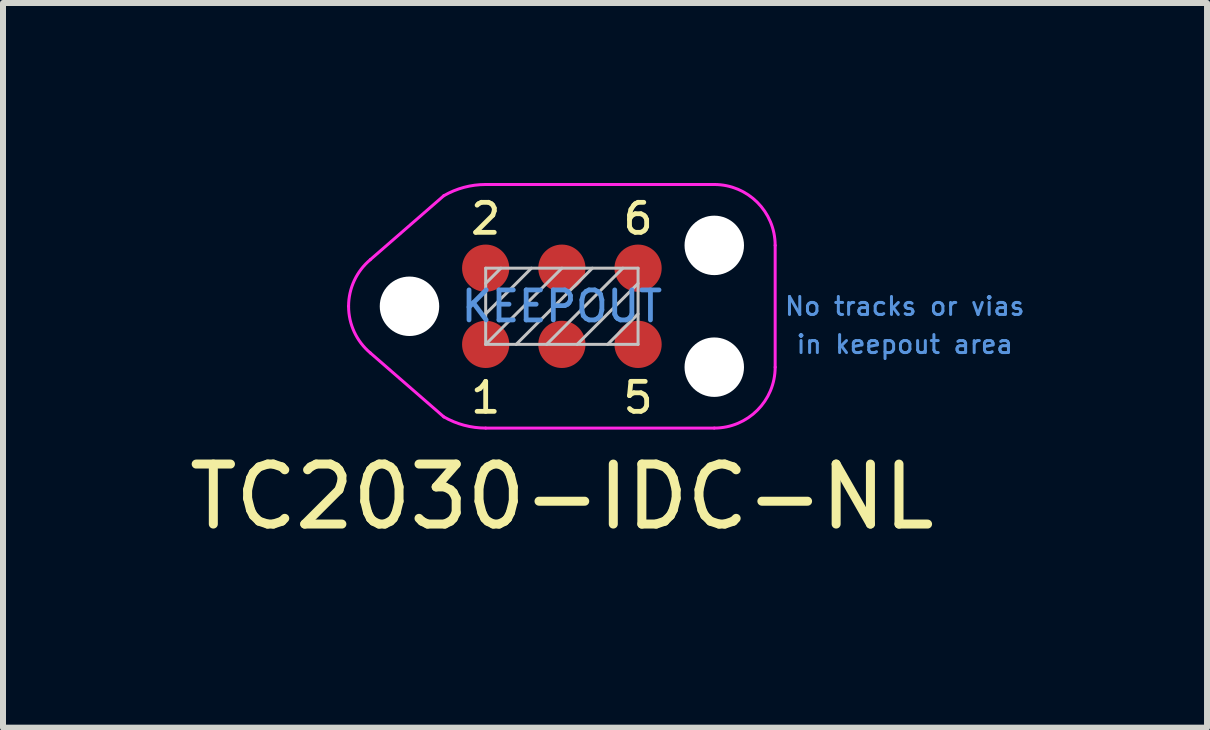
<source format=kicad_pcb>
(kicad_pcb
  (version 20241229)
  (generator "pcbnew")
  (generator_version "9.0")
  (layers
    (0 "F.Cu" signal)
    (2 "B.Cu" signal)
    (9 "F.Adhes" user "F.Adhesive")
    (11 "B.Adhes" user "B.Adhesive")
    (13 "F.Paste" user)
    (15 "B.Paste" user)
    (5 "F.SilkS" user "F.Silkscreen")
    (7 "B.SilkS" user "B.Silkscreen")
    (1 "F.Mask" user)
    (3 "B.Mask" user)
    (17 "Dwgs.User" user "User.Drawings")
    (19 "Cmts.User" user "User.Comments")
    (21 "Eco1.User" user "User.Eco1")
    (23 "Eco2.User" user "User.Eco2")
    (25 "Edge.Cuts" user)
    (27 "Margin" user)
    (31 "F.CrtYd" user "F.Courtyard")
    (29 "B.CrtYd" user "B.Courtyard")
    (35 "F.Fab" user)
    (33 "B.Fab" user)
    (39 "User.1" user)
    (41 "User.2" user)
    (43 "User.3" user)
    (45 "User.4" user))
  (footprint "TC2030-IDC-NL"
    (layer "F.Cu")
    (at 6.315 2.055)
    (property "Reference" "TC2030-IDC-NL" (at 0 3.175 0) (layer "F.SilkS") (effects (font (size 1 1) (thickness 0.15))))
    (attr exclude_from_pos_files exclude_from_bom)
    (fp_line (start -1.27 -0.381) (end -1.016 -0.635) (stroke (width 0.05) (type solid)) (layer "Dwgs.User"))
    (fp_line (start -1.27 0.127) (end -0.508 -0.635) (stroke (width 0.05) (type solid)) (layer "Dwgs.User"))
    (fp_line (start -1.27 0.635) (end -1.27 -0.635) (stroke (width 0.05) (type solid)) (layer "Dwgs.User"))
    (fp_line (start -1.27 0.635) (end 0 -0.635) (stroke (width 0.05) (type solid)) (layer "Dwgs.User"))
    (fp_line (start -0.762 0.635) (end 0.508 -0.635) (stroke (width 0.05) (type solid)) (layer "Dwgs.User"))
    (fp_line (start -0.254 0.635) (end 1.016 -0.635) (stroke (width 0.05) (type solid)) (layer "Dwgs.User"))
    (fp_line (start 0.254 0.635) (end 1.27 -0.381) (stroke (width 0.05) (type solid)) (layer "Dwgs.User"))
    (fp_line (start 0.762 0.635) (end 1.27 0.127) (stroke (width 0.05) (type solid)) (layer "Dwgs.User"))
    (fp_line (start 1.27 -0.635) (end -1.27 -0.635) (stroke (width 0.05) (type solid)) (layer "Dwgs.User"))
    (fp_line (start 1.27 -0.635) (end 1.27 0.635) (stroke (width 0.05) (type solid)) (layer "Dwgs.User"))
    (fp_line (start 1.27 0.635) (end -1.27 0.635) (stroke (width 0.05) (type solid)) (layer "Dwgs.User"))
    (fp_line (start -3.192 0.778) (end -1.968 1.843) (stroke (width 0.05) (type solid)) (layer "F.CrtYd"))
    (fp_line (start -1.968 -1.843) (end -3.192 -0.778) (stroke (width 0.05) (type solid)) (layer "F.CrtYd"))
    (fp_line (start 2.54 -2.03) (end -1.27 -2.03) (stroke (width 0.05) (type solid)) (layer "F.CrtYd"))
    (fp_line (start 2.54 2.03) (end -1.27 2.03) (stroke (width 0.05) (type solid)) (layer "F.CrtYd"))
    (fp_line (start 3.555 -1.015) (end 3.555 1.015) (stroke (width 0.05) (type solid)) (layer "F.CrtYd"))
    (fp_arc (start -3.555 0) (mid -3.459902 -0.428958) (end -3.192429 -0.777535) (stroke (width 0.05) (type solid)) (layer "F.CrtYd"))
    (fp_arc (start -3.192429 0.777535) (mid -3.459902 0.428958) (end -3.555 0) (stroke (width 0.05) (type solid)) (layer "F.CrtYd"))
    (fp_arc (start -1.9675 -1.843105) (mid -1.631053 -1.982466) (end -1.27 -2.03) (stroke (width 0.05) (type solid)) (layer "F.CrtYd"))
    (fp_arc (start -1.27 2.03) (mid -1.631053 1.982466) (end -1.9675 1.843105) (stroke (width 0.05) (type solid)) (layer "F.CrtYd"))
    (fp_arc (start 2.54 -2.03) (mid 3.257713 -1.732713) (end 3.555 -1.015) (stroke (width 0.05) (type solid)) (layer "F.CrtYd"))
    (fp_arc (start 3.555 1.015) (mid 3.257713 1.732713) (end 2.54 2.03) (stroke (width 0.05) (type solid)) (layer "F.CrtYd"))
    (fp_text user "6" (at 1.27 -1.46 0) (layer "F.SilkS") (effects (font (size 0.5 0.5) (thickness 0.08))))
    (fp_text user "5" (at 1.27 1.524 0) (layer "F.SilkS") (effects (font (size 0.5 0.5) (thickness 0.08))))
    (fp_text user "2" (at -1.27 -1.46 0) (layer "F.SilkS") (effects (font (size 0.5 0.5) (thickness 0.08))))
    (fp_text user "1" (at -1.27 1.524 0) (layer "F.SilkS") (effects (font (size 0.5 0.5) (thickness 0.08))))
    (fp_text user "KEEPOUT" (at 0 0 0) (layer "Cmts.User") (effects (font (size 0.5 0.5) (thickness 0.08))))
    (fp_text user "in keepout area" (at 5.715 0.635 0) (layer "Cmts.User") (effects (font (size 0.3 0.3) (thickness 0.05))))
    (fp_text user "No tracks or vias" (at 5.715 0 0) (layer "Cmts.User") (effects (font (size 0.3 0.3) (thickness 0.05))))
    (pad "" np_thru_hole circle (at -2.54 0) (size 0.991 0.991) (drill 0.991) (layers "*.Cu" "*.Mask"))
    (pad "" np_thru_hole circle (at 2.54 -1.015) (size 0.991 0.991) (drill 0.991) (layers "*.Cu" "*.Mask"))
    (pad "" np_thru_hole circle (at 2.54 1.015) (size 0.991 0.991) (drill 0.991) (layers "*.Cu" "*.Mask"))
    (pad "1" smd circle (at -1.27 0.635) (size 0.787 0.787) (layers "F.Cu" "F.Mask"))
    (pad "2" smd circle (at -1.27 -0.635) (size 0.787 0.787) (layers "F.Cu" "F.Mask"))
    (pad "3" smd circle (at 0 0.635) (size 0.787 0.787) (layers "F.Cu" "F.Mask"))
    (pad "4" smd circle (at 0 -0.635) (size 0.787 0.787) (layers "F.Cu" "F.Mask"))
    (pad "5" smd circle (at 1.27 0.635) (size 0.787 0.787) (layers "F.Cu" "F.Mask"))
    (pad "6" smd circle (at 1.27 -0.635) (size 0.787 0.787) (layers "F.Cu" "F.Mask")))
  (gr_rect
    (start -3 -3)
    (end 17.068 9.078)
    (stroke (width 0.1) (type default))
    (fill no)
    (layer "Edge.Cuts")))
</source>
